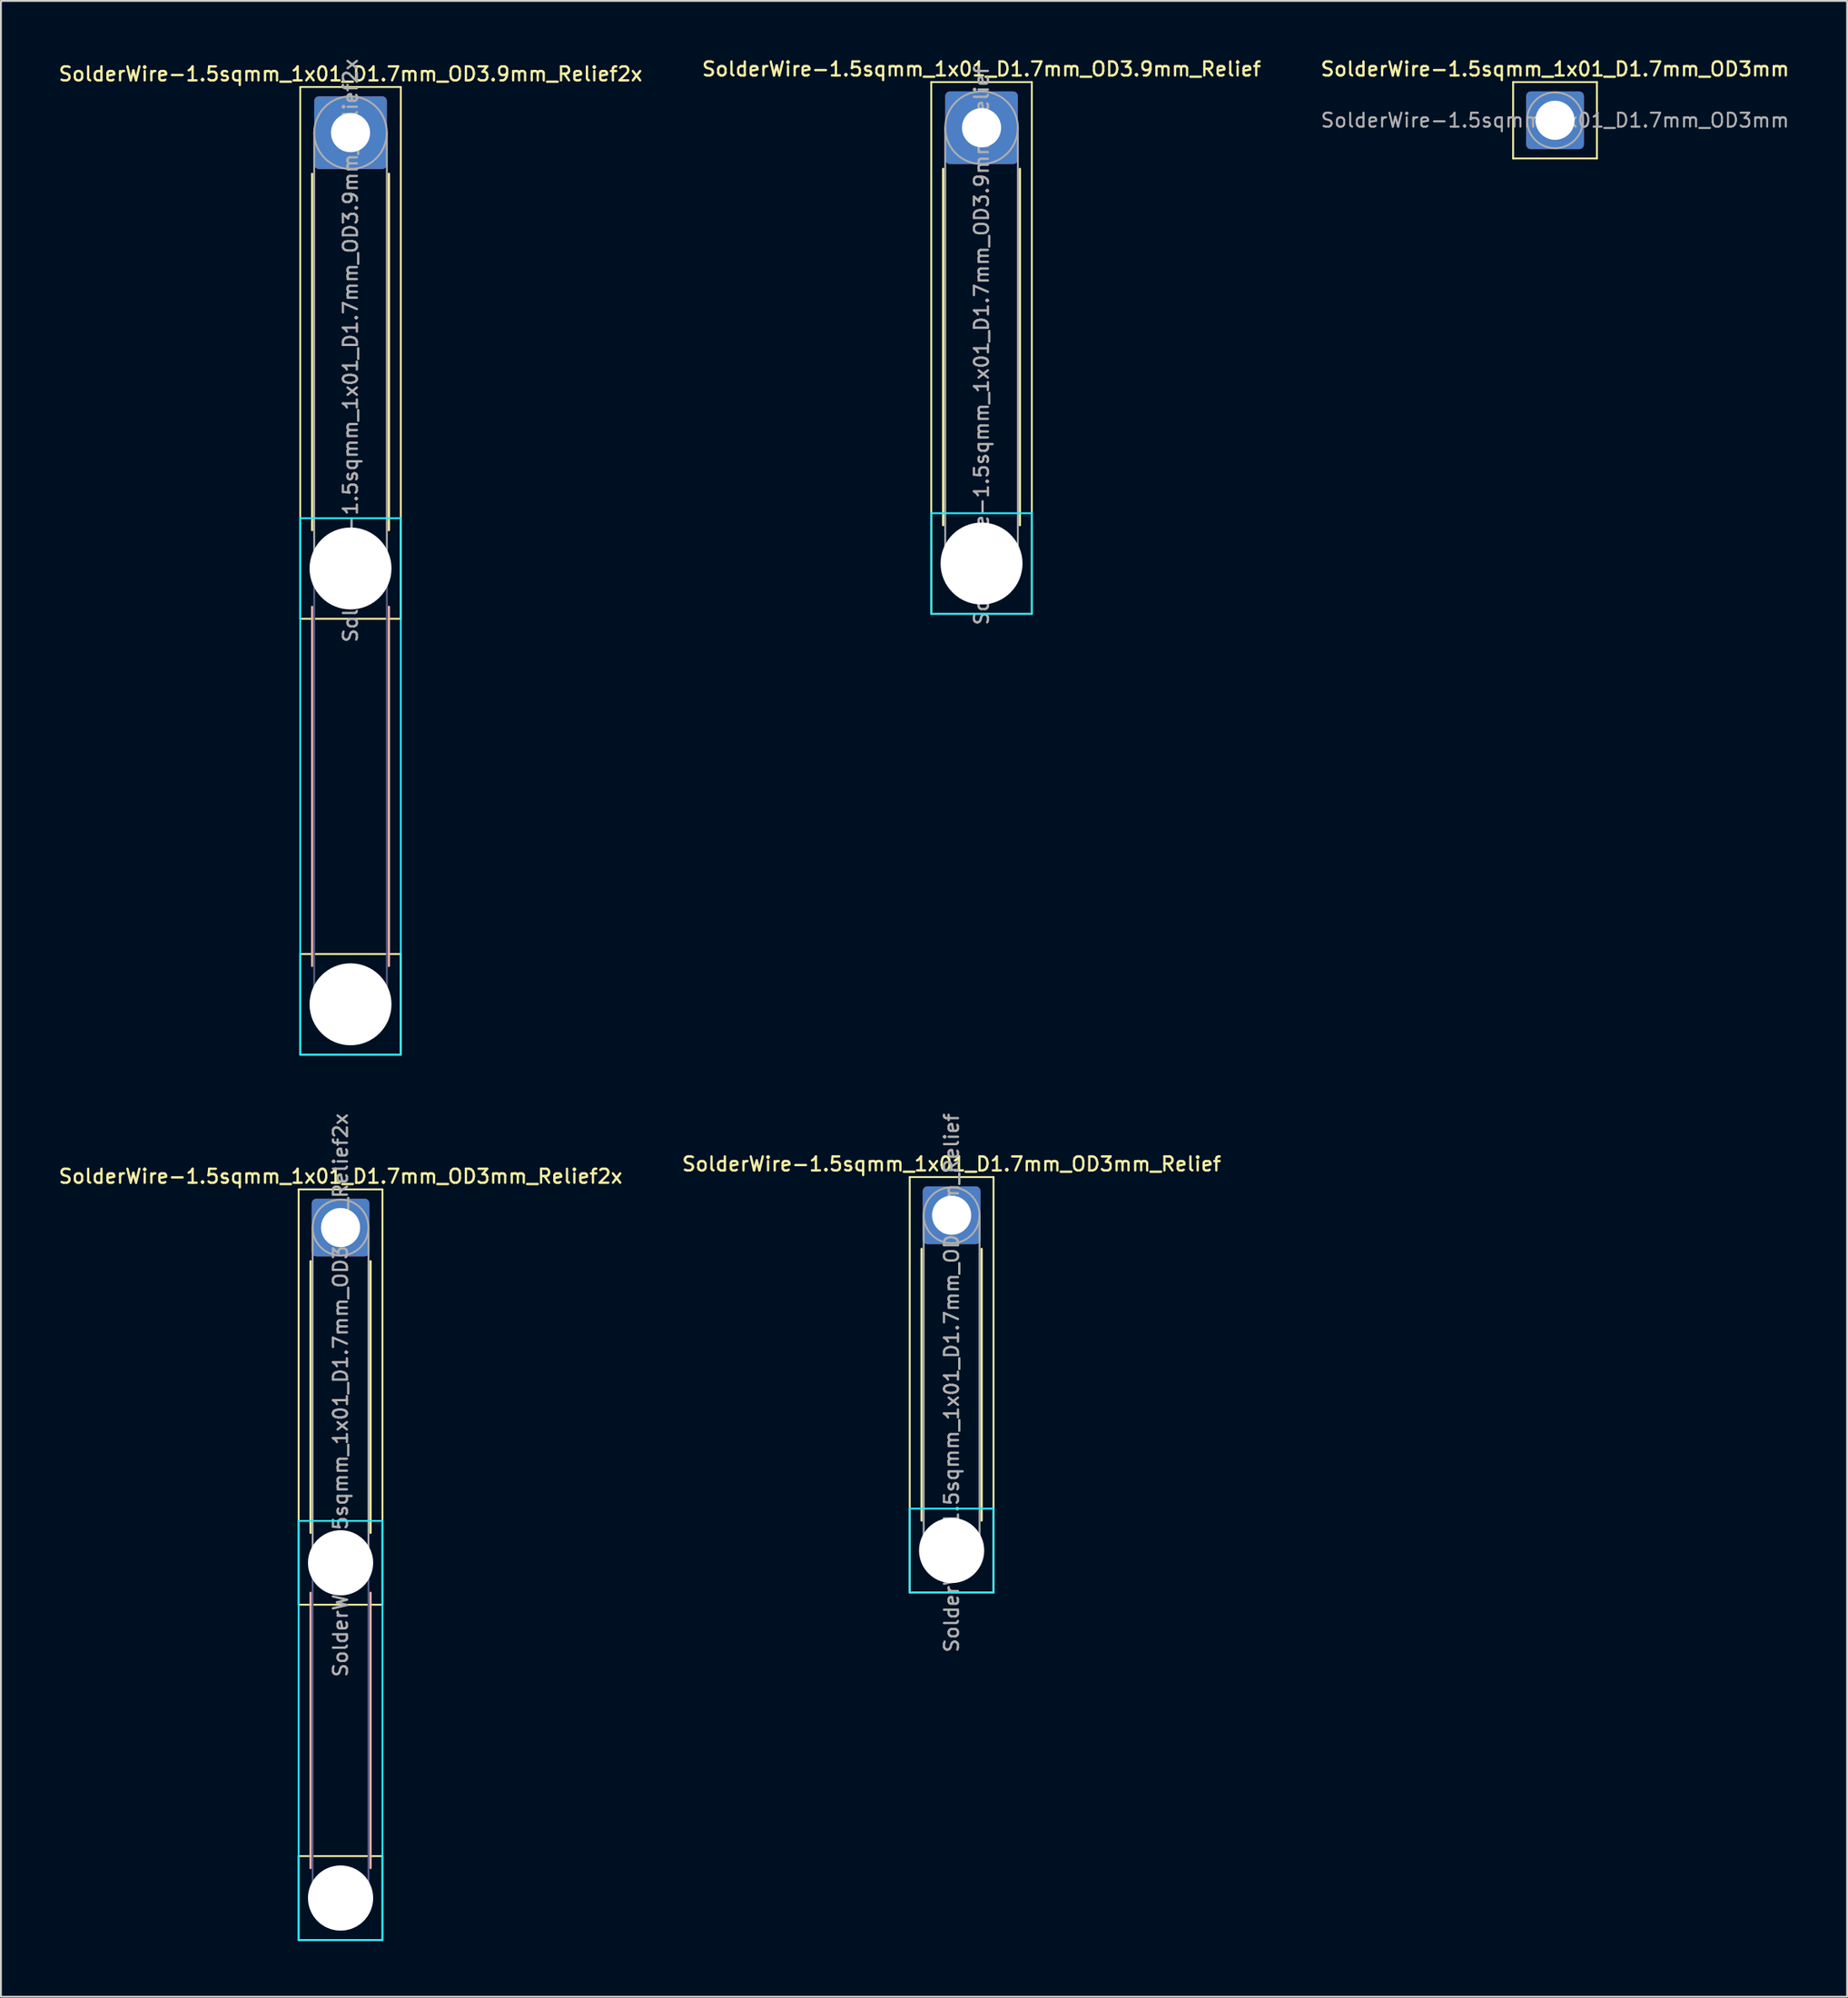
<source format=kicad_pcb>
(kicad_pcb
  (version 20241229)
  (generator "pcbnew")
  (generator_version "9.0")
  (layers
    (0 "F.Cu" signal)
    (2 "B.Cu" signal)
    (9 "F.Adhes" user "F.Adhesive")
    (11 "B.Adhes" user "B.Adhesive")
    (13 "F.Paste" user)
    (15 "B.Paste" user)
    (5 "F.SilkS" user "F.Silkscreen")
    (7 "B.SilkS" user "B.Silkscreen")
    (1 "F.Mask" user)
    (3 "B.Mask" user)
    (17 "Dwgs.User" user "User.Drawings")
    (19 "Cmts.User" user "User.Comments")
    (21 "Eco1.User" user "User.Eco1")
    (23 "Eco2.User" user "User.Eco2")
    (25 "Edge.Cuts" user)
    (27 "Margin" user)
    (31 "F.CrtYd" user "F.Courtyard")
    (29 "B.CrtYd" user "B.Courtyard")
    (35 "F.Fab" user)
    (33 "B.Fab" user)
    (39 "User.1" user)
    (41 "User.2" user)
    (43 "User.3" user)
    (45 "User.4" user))
  (footprint "SolderWire-1.5sqmm_1x01_D1.7mm_OD3mm_Relief2x"
    (layer "F.Cu")
    (at 15.238 62.861)
    (property "Reference" "SolderWire-1.5sqmm_1x01_D1.7mm_OD3mm_Relief2x" (at 0 -2.75 0) (layer "F.SilkS") (effects (font (size 0.75 0.75) (thickness 0.125))))
    (attr exclude_from_pos_files exclude_from_bom)
    (fp_line (start -2.25 -2.05) (end -2.25 20.25) (stroke (width 0.1) (type solid)) (layer "F.SilkS"))
    (fp_line (start -2.25 20.25) (end 2.25 20.25) (stroke (width 0.1) (type solid)) (layer "F.SilkS"))
    (fp_line (start -2.25 33.75) (end -2.25 38.25) (stroke (width 0.1) (type solid)) (layer "F.SilkS"))
    (fp_line (start -2.25 38.25) (end 2.25 38.25) (stroke (width 0.1) (type solid)) (layer "F.SilkS"))
    (fp_line (start -1.61 1.81) (end -1.61 16.39) (stroke (width 0.12) (type solid)) (layer "F.SilkS"))
    (fp_line (start 1.61 1.81) (end 1.61 16.39) (stroke (width 0.12) (type solid)) (layer "F.SilkS"))
    (fp_line (start 2.25 -2.05) (end -2.25 -2.05) (stroke (width 0.1) (type solid)) (layer "F.SilkS"))
    (fp_line (start 2.25 20.25) (end 2.25 -2.05) (stroke (width 0.1) (type solid)) (layer "F.SilkS"))
    (fp_line (start 2.25 33.75) (end -2.25 33.75) (stroke (width 0.1) (type solid)) (layer "F.SilkS"))
    (fp_line (start 2.25 38.25) (end 2.25 33.75) (stroke (width 0.1) (type solid)) (layer "F.SilkS"))
    (fp_line (start -1.61 19.61) (end -1.61 34.39) (stroke (width 0.12) (type solid)) (layer "B.SilkS"))
    (fp_line (start 1.61 19.61) (end 1.61 34.39) (stroke (width 0.12) (type solid)) (layer "B.SilkS"))
    (fp_line (start -2.25 15.75) (end -2.25 38.25) (stroke (width 0.1) (type solid)) (layer "B.CrtYd"))
    (fp_line (start -2.25 38.25) (end 2.25 38.25) (stroke (width 0.1) (type solid)) (layer "B.CrtYd"))
    (fp_line (start 2.25 15.75) (end -2.25 15.75) (stroke (width 0.1) (type solid)) (layer "B.CrtYd"))
    (fp_line (start 2.25 38.25) (end 2.25 15.75) (stroke (width 0.1) (type solid)) (layer "B.CrtYd"))
    (fp_line (start -1.5 18) (end -1.5 36) (stroke (width 0.1) (type solid)) (layer "B.Fab"))
    (fp_line (start 1.5 18) (end 1.5 36) (stroke (width 0.1) (type solid)) (layer "B.Fab"))
    (fp_circle (center 0 18) (end 1.5 18) (stroke (width 0.1) (type solid)) (fill no) (layer "B.Fab"))
    (fp_circle (center 0 36) (end 1.5 36) (stroke (width 0.1) (type solid)) (fill no) (layer "B.Fab"))
    (fp_line (start -1.5 0) (end -1.5 18) (stroke (width 0.1) (type solid)) (layer "F.Fab"))
    (fp_line (start 1.5 0) (end 1.5 18) (stroke (width 0.1) (type solid)) (layer "F.Fab"))
    (fp_circle (center 0 0) (end 1.5 0) (stroke (width 0.1) (type solid)) (fill no) (layer "F.Fab"))
    (fp_circle (center 0 18) (end 1.5 18) (stroke (width 0.1) (type solid)) (fill no) (layer "F.Fab"))
    (fp_circle (center 0 36) (end 1.5 36) (stroke (width 0.1) (type solid)) (fill no) (layer "F.Fab"))
    (fp_text user "${REFERENCE}" (at 0 9 90) (layer "F.Fab") (effects (font (size 0.75 0.75) (thickness 0.125))))
    (pad "" np_thru_hole circle (at 0 18) (size 3.5 3.5) (drill 3.5) (layers "*.Cu" "*.Mask"))
    (pad "" np_thru_hole circle (at 0 36) (size 3.5 3.5) (drill 3.5) (layers "*.Cu" "*.Mask"))
    (pad "1" thru_hole roundrect (at 0 0) (size 3.1 3.1) (drill 2.1) (layers "*.Cu" "*.Mask") (roundrect_rratio 0.081)))
  (footprint "SolderWire-1.5sqmm_1x01_D1.7mm_OD3.9mm_Relief2x"
    (layer "F.Cu")
    (at 15.773 4.073)
    (property "Reference" "SolderWire-1.5sqmm_1x01_D1.7mm_OD3.9mm_Relief2x" (at 0 -3.15 0) (layer "F.SilkS") (effects (font (size 0.75 0.75) (thickness 0.125))))
    (attr exclude_from_pos_files exclude_from_bom)
    (fp_line (start -2.7 -2.45) (end -2.7 26.1) (stroke (width 0.1) (type solid)) (layer "F.SilkS"))
    (fp_line (start -2.7 26.1) (end 2.7 26.1) (stroke (width 0.1) (type solid)) (layer "F.SilkS"))
    (fp_line (start -2.7 44.1) (end -2.7 49.5) (stroke (width 0.1) (type solid)) (layer "F.SilkS"))
    (fp_line (start -2.7 49.5) (end 2.7 49.5) (stroke (width 0.1) (type solid)) (layer "F.SilkS"))
    (fp_line (start -2.06 2.21) (end -2.06 21.34) (stroke (width 0.12) (type solid)) (layer "F.SilkS"))
    (fp_line (start 2.06 2.21) (end 2.06 21.34) (stroke (width 0.12) (type solid)) (layer "F.SilkS"))
    (fp_line (start 2.7 -2.45) (end -2.7 -2.45) (stroke (width 0.1) (type solid)) (layer "F.SilkS"))
    (fp_line (start 2.7 26.1) (end 2.7 -2.45) (stroke (width 0.1) (type solid)) (layer "F.SilkS"))
    (fp_line (start 2.7 44.1) (end -2.7 44.1) (stroke (width 0.1) (type solid)) (layer "F.SilkS"))
    (fp_line (start 2.7 49.5) (end 2.7 44.1) (stroke (width 0.1) (type solid)) (layer "F.SilkS"))
    (fp_line (start -2.06 25.46) (end -2.06 44.74) (stroke (width 0.12) (type solid)) (layer "B.SilkS"))
    (fp_line (start 2.06 25.46) (end 2.06 44.74) (stroke (width 0.12) (type solid)) (layer "B.SilkS"))
    (fp_line (start -2.7 20.7) (end -2.7 49.5) (stroke (width 0.1) (type solid)) (layer "B.CrtYd"))
    (fp_line (start -2.7 49.5) (end 2.7 49.5) (stroke (width 0.1) (type solid)) (layer "B.CrtYd"))
    (fp_line (start 2.7 20.7) (end -2.7 20.7) (stroke (width 0.1) (type solid)) (layer "B.CrtYd"))
    (fp_line (start 2.7 49.5) (end 2.7 20.7) (stroke (width 0.1) (type solid)) (layer "B.CrtYd"))
    (fp_line (start -1.95 23.4) (end -1.95 46.8) (stroke (width 0.1) (type solid)) (layer "B.Fab"))
    (fp_line (start 1.95 23.4) (end 1.95 46.8) (stroke (width 0.1) (type solid)) (layer "B.Fab"))
    (fp_circle (center 0 23.4) (end 1.95 23.4) (stroke (width 0.1) (type solid)) (fill no) (layer "B.Fab"))
    (fp_circle (center 0 46.8) (end 1.95 46.8) (stroke (width 0.1) (type solid)) (fill no) (layer "B.Fab"))
    (fp_line (start -1.95 0) (end -1.95 23.4) (stroke (width 0.1) (type solid)) (layer "F.Fab"))
    (fp_line (start 1.95 0) (end 1.95 23.4) (stroke (width 0.1) (type solid)) (layer "F.Fab"))
    (fp_circle (center 0 0) (end 1.95 0) (stroke (width 0.1) (type solid)) (fill no) (layer "F.Fab"))
    (fp_circle (center 0 23.4) (end 1.95 23.4) (stroke (width 0.1) (type solid)) (fill no) (layer "F.Fab"))
    (fp_circle (center 0 46.8) (end 1.95 46.8) (stroke (width 0.1) (type solid)) (fill no) (layer "F.Fab"))
    (fp_text user "${REFERENCE}" (at 0 11.7 90) (layer "F.Fab") (effects (font (size 0.75 0.75) (thickness 0.125))))
    (pad "" np_thru_hole circle (at 0 23.4) (size 4.4 4.4) (drill 4.4) (layers "*.Cu" "*.Mask"))
    (pad "" np_thru_hole circle (at 0 46.8) (size 4.4 4.4) (drill 4.4) (layers "*.Cu" "*.Mask"))
    (pad "1" thru_hole roundrect (at 0 0) (size 3.9 3.9) (drill 2.1) (layers "*.Cu" "*.Mask") (roundrect_rratio 0.064)))
  (footprint "SolderWire-1.5sqmm_1x01_D1.7mm_OD3mm_Relief"
    (layer "F.Cu")
    (at 48.052 62.2)
    (property "Reference" "SolderWire-1.5sqmm_1x01_D1.7mm_OD3mm_Relief" (at 0 -2.75 0) (layer "F.SilkS") (effects (font (size 0.75 0.75) (thickness 0.125))))
    (attr exclude_from_pos_files exclude_from_bom)
    (fp_line (start -2.25 -2.05) (end -2.25 20.25) (stroke (width 0.1) (type solid)) (layer "F.SilkS"))
    (fp_line (start -2.25 20.25) (end 2.25 20.25) (stroke (width 0.1) (type solid)) (layer "F.SilkS"))
    (fp_line (start -1.61 1.81) (end -1.61 16.39) (stroke (width 0.12) (type solid)) (layer "F.SilkS"))
    (fp_line (start 1.61 1.81) (end 1.61 16.39) (stroke (width 0.12) (type solid)) (layer "F.SilkS"))
    (fp_line (start 2.25 -2.05) (end -2.25 -2.05) (stroke (width 0.1) (type solid)) (layer "F.SilkS"))
    (fp_line (start 2.25 20.25) (end 2.25 -2.05) (stroke (width 0.1) (type solid)) (layer "F.SilkS"))
    (fp_line (start -2.25 15.75) (end -2.25 20.25) (stroke (width 0.1) (type solid)) (layer "B.CrtYd"))
    (fp_line (start -2.25 20.25) (end 2.25 20.25) (stroke (width 0.1) (type solid)) (layer "B.CrtYd"))
    (fp_line (start 2.25 15.75) (end -2.25 15.75) (stroke (width 0.1) (type solid)) (layer "B.CrtYd"))
    (fp_line (start 2.25 20.25) (end 2.25 15.75) (stroke (width 0.1) (type solid)) (layer "B.CrtYd"))
    (fp_line (start -1.5 0) (end -1.5 18) (stroke (width 0.1) (type solid)) (layer "F.Fab"))
    (fp_line (start 1.5 0) (end 1.5 18) (stroke (width 0.1) (type solid)) (layer "F.Fab"))
    (fp_circle (center 0 0) (end 1.5 0) (stroke (width 0.1) (type solid)) (fill no) (layer "F.Fab"))
    (fp_circle (center 0 18) (end 1.5 18) (stroke (width 0.1) (type solid)) (fill no) (layer "F.Fab"))
    (fp_text user "${REFERENCE}" (at 0 9 90) (layer "F.Fab") (effects (font (size 0.75 0.75) (thickness 0.125))))
    (pad "" np_thru_hole circle (at 0 18) (size 3.5 3.5) (drill 3.5) (layers "*.Cu" "*.Mask"))
    (pad "1" thru_hole roundrect (at 0 0) (size 3.1 3.1) (drill 2.1) (layers "*.Cu" "*.Mask") (roundrect_rratio 0.081)))
  (footprint "SolderWire-1.5sqmm_1x01_D1.7mm_OD3mm"
    (layer "F.Cu")
    (at 80.455 3.408)
    (property "Reference" "SolderWire-1.5sqmm_1x01_D1.7mm_OD3mm" (at 0 -2.75 0) (layer "F.SilkS") (effects (font (size 0.75 0.75) (thickness 0.125))))
    (attr exclude_from_pos_files exclude_from_bom)
    (fp_line (start -2.25 -2.05) (end -2.25 2.05) (stroke (width 0.1) (type solid)) (layer "F.SilkS"))
    (fp_line (start -2.25 2.05) (end 2.25 2.05) (stroke (width 0.1) (type solid)) (layer "F.SilkS"))
    (fp_line (start 2.25 -2.05) (end -2.25 -2.05) (stroke (width 0.1) (type solid)) (layer "F.SilkS"))
    (fp_line (start 2.25 2.05) (end 2.25 -2.05) (stroke (width 0.1) (type solid)) (layer "F.SilkS"))
    (fp_circle (center 0 0) (end 1.5 0) (stroke (width 0.1) (type solid)) (fill no) (layer "F.Fab"))
    (fp_text user "${REFERENCE}" (at 0 0 0) (layer "F.Fab") (effects (font (size 0.75 0.75) (thickness 0.11))))
    (pad "1" thru_hole roundrect (at 0 0) (size 3.1 3.1) (drill 2.1) (layers "*.Cu" "*.Mask") (roundrect_rratio 0.081)))
  (footprint "SolderWire-1.5sqmm_1x01_D1.7mm_OD3.9mm_Relief"
    (layer "F.Cu")
    (at 49.659 3.808)
    (property "Reference" "SolderWire-1.5sqmm_1x01_D1.7mm_OD3.9mm_Relief" (at 0 -3.15 0) (layer "F.SilkS") (effects (font (size 0.75 0.75) (thickness 0.125))))
    (attr exclude_from_pos_files exclude_from_bom)
    (fp_line (start -2.7 -2.45) (end -2.7 26.1) (stroke (width 0.1) (type solid)) (layer "F.SilkS"))
    (fp_line (start -2.7 26.1) (end 2.7 26.1) (stroke (width 0.1) (type solid)) (layer "F.SilkS"))
    (fp_line (start -2.06 2.21) (end -2.06 21.34) (stroke (width 0.12) (type solid)) (layer "F.SilkS"))
    (fp_line (start 2.06 2.21) (end 2.06 21.34) (stroke (width 0.12) (type solid)) (layer "F.SilkS"))
    (fp_line (start 2.7 -2.45) (end -2.7 -2.45) (stroke (width 0.1) (type solid)) (layer "F.SilkS"))
    (fp_line (start 2.7 26.1) (end 2.7 -2.45) (stroke (width 0.1) (type solid)) (layer "F.SilkS"))
    (fp_line (start -2.7 20.7) (end -2.7 26.1) (stroke (width 0.1) (type solid)) (layer "B.CrtYd"))
    (fp_line (start -2.7 26.1) (end 2.7 26.1) (stroke (width 0.1) (type solid)) (layer "B.CrtYd"))
    (fp_line (start 2.7 20.7) (end -2.7 20.7) (stroke (width 0.1) (type solid)) (layer "B.CrtYd"))
    (fp_line (start 2.7 26.1) (end 2.7 20.7) (stroke (width 0.1) (type solid)) (layer "B.CrtYd"))
    (fp_line (start -1.95 0) (end -1.95 23.4) (stroke (width 0.1) (type solid)) (layer "F.Fab"))
    (fp_line (start 1.95 0) (end 1.95 23.4) (stroke (width 0.1) (type solid)) (layer "F.Fab"))
    (fp_circle (center 0 0) (end 1.95 0) (stroke (width 0.1) (type solid)) (fill no) (layer "F.Fab"))
    (fp_circle (center 0 23.4) (end 1.95 23.4) (stroke (width 0.1) (type solid)) (fill no) (layer "F.Fab"))
    (fp_text user "${REFERENCE}" (at 0 11.7 90) (layer "F.Fab") (effects (font (size 0.75 0.75) (thickness 0.125))))
    (pad "" np_thru_hole circle (at 0 23.4) (size 4.4 4.4) (drill 4.4) (layers "*.Cu" "*.Mask"))
    (pad "1" thru_hole roundrect (at 0 0) (size 3.9 3.9) (drill 2.1) (layers "*.Cu" "*.Mask") (roundrect_rratio 0.064)))
  (gr_rect
    (start -3 -3)
    (end 96.139 104.161)
    (stroke (width 0.1) (type default))
    (fill no)
    (layer "Edge.Cuts")))
</source>
